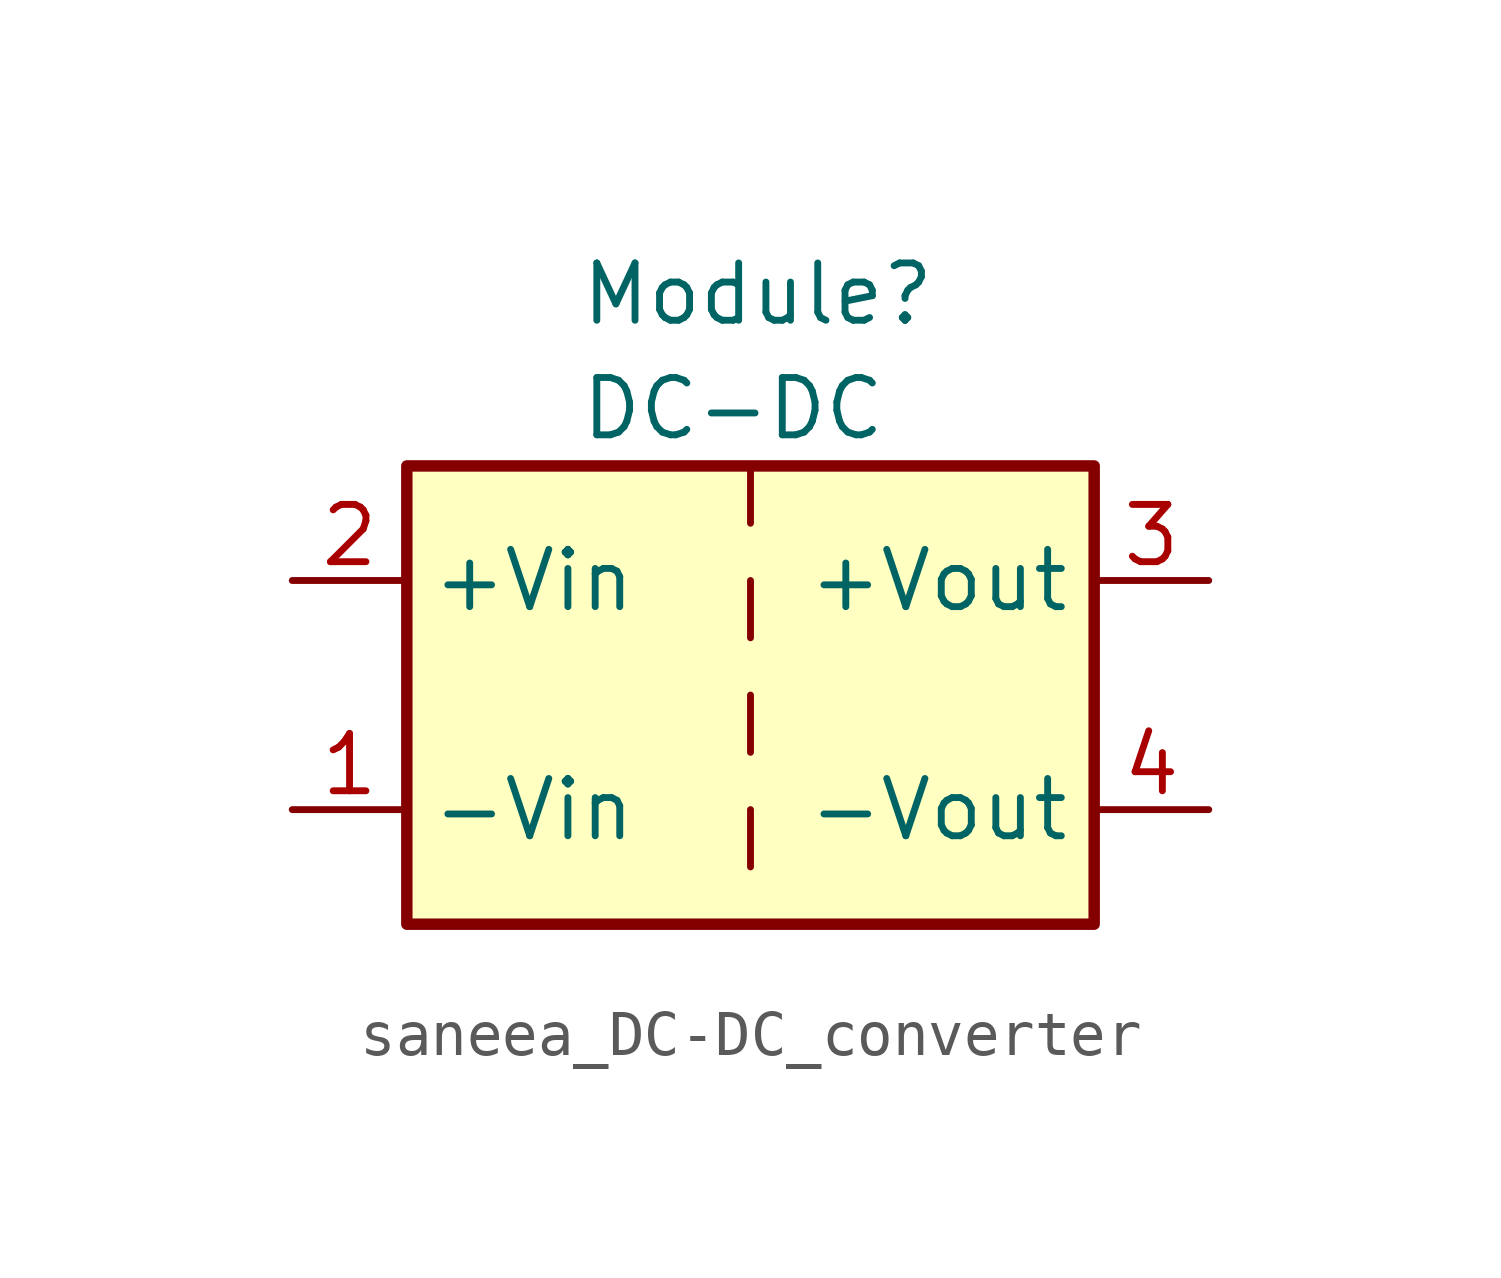
<source format=kicad_sym>
(kicad_symbol_lib
  (version 20231120)
  (generator "kicad_symbol_editor")
  (generator_version "8.0")
  (symbol "saneea_DC-DC_converter"
    (property "Reference" "Module"
      (at -3.81 8.89 0)
      (effects (font (size 1.27 1.27)) (justify left)))
    (property "Value" "DC-DC"
      (at -3.81 6.35 0)
      (effects (font (size 1.27 1.27)) (justify left)))
    (symbol "saneea_DC-DC_converter_0_1"
      (rectangle (start -7.62 5.08) (end 7.62 -5.08) (stroke (width 0.254) (type default)) (fill (type background)))
      (polyline (pts (xy 0 -2.54) (xy 0 -3.81)) (stroke (width 0) (type default)) (fill (type none)))
      (polyline (pts (xy 0 0) (xy 0 -1.27)) (stroke (width 0) (type default)) (fill (type none)))
      (polyline (pts (xy 0 2.54) (xy 0 1.27)) (stroke (width 0) (type default)) (fill (type none)))
      (polyline (pts (xy 0 5.08) (xy 0 3.81)) (stroke (width 0) (type default)) (fill (type none))))
    (symbol "saneea_DC-DC_converter_1_1"
      (pin power_in line (at -10.16 -2.54 0) (length 2.54) (name "-Vin" (effects (font (size 1.27 1.27)))) (number "1" (effects (font (size 1.27 1.27)))))
      (pin power_in line (at -10.16 2.54 0) (length 2.54) (name "+Vin" (effects (font (size 1.27 1.27)))) (number "2" (effects (font (size 1.27 1.27)))))
      (pin power_out line (at 10.16 2.54 180) (length 2.54) (name "+Vout" (effects (font (size 1.27 1.27)))) (number "3" (effects (font (size 1.27 1.27)))))
      (pin power_out line (at 10.16 -2.54 180) (length 2.54) (name "-Vout" (effects (font (size 1.27 1.27)))) (number "4" (effects (font (size 1.27 1.27))))))))
</source>
